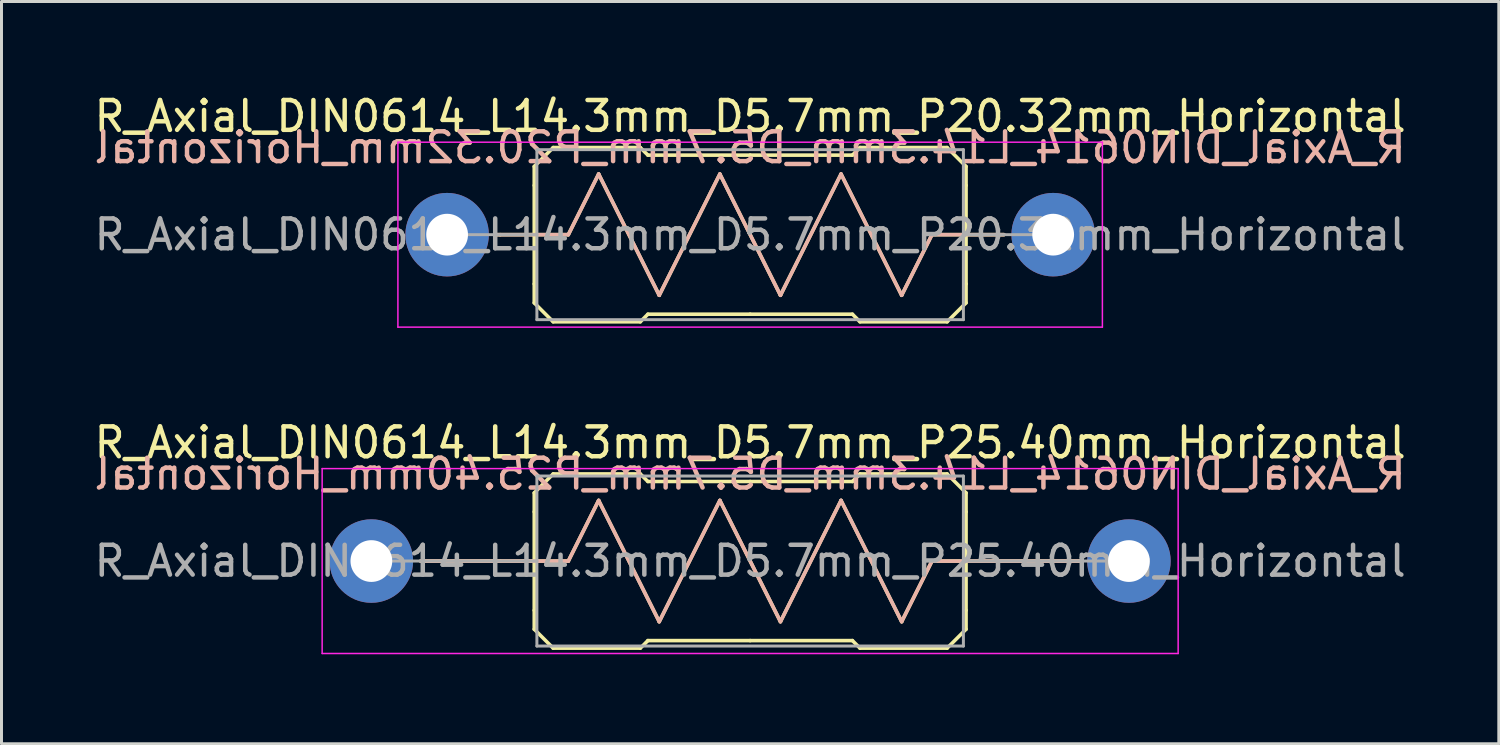
<source format=kicad_pcb>
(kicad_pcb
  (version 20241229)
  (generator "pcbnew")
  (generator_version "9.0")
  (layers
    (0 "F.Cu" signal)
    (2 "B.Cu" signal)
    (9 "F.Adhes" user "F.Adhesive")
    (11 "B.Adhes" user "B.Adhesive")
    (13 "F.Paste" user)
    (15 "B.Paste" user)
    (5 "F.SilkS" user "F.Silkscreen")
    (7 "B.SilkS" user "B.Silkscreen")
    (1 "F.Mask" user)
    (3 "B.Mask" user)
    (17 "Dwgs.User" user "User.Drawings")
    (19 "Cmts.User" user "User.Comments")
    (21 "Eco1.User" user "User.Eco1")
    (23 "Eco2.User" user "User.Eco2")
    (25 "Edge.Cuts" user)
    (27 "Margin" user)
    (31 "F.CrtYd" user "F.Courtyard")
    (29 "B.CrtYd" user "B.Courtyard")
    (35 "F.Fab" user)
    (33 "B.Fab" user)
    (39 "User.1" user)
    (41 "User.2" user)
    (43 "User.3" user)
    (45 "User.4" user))
  (footprint "R_Axial_DIN0614_L14.3mm_D5.7mm_P25.40mm_Horizontal"
    (layer "F.Cu")
    (at 9.401 15.761)
    (property "Reference" "R_Axial_DIN0614_L14.3mm_D5.7mm_P25.40mm_Horizontal" (at 12.7 -3.97 0) (layer "F.SilkS") (effects (font (size 1 1) (thickness 0.15))))
    (attr through_hole)
    (fp_line (start 4.318 0) (end 1.651 0) (stroke (width 0.12) (type solid)) (layer "F.SilkS"))
    (fp_line (start 4.318 0) (end 5.461 0) (stroke (width 0.12) (type solid)) (layer "F.SilkS"))
    (fp_line (start 5.461 -2.286) (end 5.461 -1.651) (stroke (width 0.12) (type solid)) (layer "F.SilkS"))
    (fp_line (start 5.461 -2.286) (end 6.096 -2.921) (stroke (width 0.12) (type solid)) (layer "F.SilkS"))
    (fp_line (start 5.461 0) (end 6.604 0) (stroke (width 0.12) (type solid)) (layer "F.SilkS"))
    (fp_line (start 5.461 1.651) (end 5.461 -1.651) (stroke (width 0.12) (type solid)) (layer "F.SilkS"))
    (fp_line (start 5.461 2.286) (end 5.461 1.651) (stroke (width 0.12) (type solid)) (layer "F.SilkS"))
    (fp_line (start 5.461 2.286) (end 6.096 2.921) (stroke (width 0.12) (type solid)) (layer "F.SilkS"))
    (fp_line (start 6.096 -2.921) (end 9.017 -2.921) (stroke (width 0.12) (type solid)) (layer "F.SilkS"))
    (fp_line (start 6.096 2.921) (end 9.017 2.921) (stroke (width 0.12) (type solid)) (layer "F.SilkS"))
    (fp_line (start 6.604 0) (end 7.62 -2.032) (stroke (width 0.12) (type solid)) (layer "F.SilkS"))
    (fp_line (start 7.62 -2.032) (end 9.652 2.032) (stroke (width 0.12) (type solid)) (layer "F.SilkS"))
    (fp_line (start 9.017 -2.921) (end 9.271 -2.667) (stroke (width 0.12) (type solid)) (layer "F.SilkS"))
    (fp_line (start 9.017 2.921) (end 9.271 2.667) (stroke (width 0.12) (type solid)) (layer "F.SilkS"))
    (fp_line (start 9.271 -2.667) (end 12.7 -2.667) (stroke (width 0.12) (type solid)) (layer "F.SilkS"))
    (fp_line (start 9.271 2.667) (end 12.7 2.667) (stroke (width 0.12) (type solid)) (layer "F.SilkS"))
    (fp_line (start 9.652 2.032) (end 11.684 -2.032) (stroke (width 0.12) (type solid)) (layer "F.SilkS"))
    (fp_line (start 11.684 -2.032) (end 13.716 2.032) (stroke (width 0.12) (type solid)) (layer "F.SilkS"))
    (fp_line (start 13.716 2.032) (end 15.748 -2.032) (stroke (width 0.12) (type solid)) (layer "F.SilkS"))
    (fp_line (start 15.748 -2.032) (end 17.78 2.032) (stroke (width 0.12) (type solid)) (layer "F.SilkS"))
    (fp_line (start 16.129 -2.667) (end 12.7 -2.667) (stroke (width 0.12) (type solid)) (layer "F.SilkS"))
    (fp_line (start 16.129 2.667) (end 12.7 2.667) (stroke (width 0.12) (type solid)) (layer "F.SilkS"))
    (fp_line (start 16.383 -2.921) (end 16.129 -2.667) (stroke (width 0.12) (type solid)) (layer "F.SilkS"))
    (fp_line (start 16.383 2.921) (end 16.129 2.667) (stroke (width 0.12) (type solid)) (layer "F.SilkS"))
    (fp_line (start 17.78 2.032) (end 18.796 0) (stroke (width 0.12) (type solid)) (layer "F.SilkS"))
    (fp_line (start 19.304 -2.921) (end 16.383 -2.921) (stroke (width 0.12) (type solid)) (layer "F.SilkS"))
    (fp_line (start 19.304 2.921) (end 16.383 2.921) (stroke (width 0.12) (type solid)) (layer "F.SilkS"))
    (fp_line (start 19.939 -2.286) (end 19.304 -2.921) (stroke (width 0.12) (type solid)) (layer "F.SilkS"))
    (fp_line (start 19.939 -2.286) (end 19.939 -1.651) (stroke (width 0.12) (type solid)) (layer "F.SilkS"))
    (fp_line (start 19.939 0) (end 18.796 0) (stroke (width 0.12) (type solid)) (layer "F.SilkS"))
    (fp_line (start 19.939 0) (end 23.749 0) (stroke (width 0.12) (type solid)) (layer "F.SilkS"))
    (fp_line (start 19.939 1.651) (end 19.939 -1.651) (stroke (width 0.12) (type solid)) (layer "F.SilkS"))
    (fp_line (start 19.939 2.286) (end 19.304 2.921) (stroke (width 0.12) (type solid)) (layer "F.SilkS"))
    (fp_line (start 19.939 2.286) (end 19.939 1.651) (stroke (width 0.12) (type solid)) (layer "F.SilkS"))
    (fp_line (start 1.651 0) (end 6.604 0) (stroke (width 0.12) (type solid)) (layer "B.SilkS"))
    (fp_line (start 6.604 0) (end 7.62 -2.032) (stroke (width 0.12) (type solid)) (layer "B.SilkS"))
    (fp_line (start 7.62 -2.032) (end 9.652 2.032) (stroke (width 0.12) (type solid)) (layer "B.SilkS"))
    (fp_line (start 9.652 2.032) (end 11.684 -2.032) (stroke (width 0.12) (type solid)) (layer "B.SilkS"))
    (fp_line (start 11.684 -2.032) (end 13.716 2.032) (stroke (width 0.12) (type solid)) (layer "B.SilkS"))
    (fp_line (start 13.716 2.032) (end 15.748 -2.032) (stroke (width 0.12) (type solid)) (layer "B.SilkS"))
    (fp_line (start 15.748 -2.032) (end 17.78 2.032) (stroke (width 0.12) (type solid)) (layer "B.SilkS"))
    (fp_line (start 17.78 2.032) (end 18.796 0) (stroke (width 0.12) (type solid)) (layer "B.SilkS"))
    (fp_line (start 18.796 0) (end 23.749 0) (stroke (width 0.12) (type solid)) (layer "B.SilkS"))
    (fp_line (start -1.65 -3.1) (end -1.65 3.1) (stroke (width 0.05) (type solid)) (layer "F.CrtYd"))
    (fp_line (start -1.65 3.1) (end 27.05 3.1) (stroke (width 0.05) (type solid)) (layer "F.CrtYd"))
    (fp_line (start 27.05 -3.1) (end -1.65 -3.1) (stroke (width 0.05) (type solid)) (layer "F.CrtYd"))
    (fp_line (start 27.05 3.1) (end 27.05 -3.1) (stroke (width 0.05) (type solid)) (layer "F.CrtYd"))
    (fp_line (start 0 0) (end 5.55 0) (stroke (width 0.1) (type solid)) (layer "F.Fab"))
    (fp_line (start 5.55 -2.85) (end 5.55 2.85) (stroke (width 0.1) (type solid)) (layer "F.Fab"))
    (fp_line (start 5.55 2.85) (end 19.85 2.85) (stroke (width 0.1) (type solid)) (layer "F.Fab"))
    (fp_line (start 19.85 -2.85) (end 5.55 -2.85) (stroke (width 0.1) (type solid)) (layer "F.Fab"))
    (fp_line (start 19.85 2.85) (end 19.85 -2.85) (stroke (width 0.1) (type solid)) (layer "F.Fab"))
    (fp_line (start 25.4 0) (end 19.85 0) (stroke (width 0.1) (type solid)) (layer "F.Fab"))
    (fp_text user "${REFERENCE}" (at 12.7 -2.921 0) (unlocked yes) (layer "B.SilkS") (effects (font (size 1 1) (thickness 0.15)) (justify mirror)))
    (fp_text user "${REFERENCE}" (at 12.7 0 0) (layer "F.Fab") (effects (font (size 1 1) (thickness 0.15))))
    (pad "1" thru_hole circle (at 0 0) (size 2.8 2.8) (drill 1.4) (layers "*.Cu" "*.Mask"))
    (pad "2" thru_hole oval (at 25.4 0) (size 2.8 2.8) (drill 1.4) (layers "*.Cu" "*.Mask")))
  (footprint "R_Axial_DIN0614_L14.3mm_D5.7mm_P20.32mm_Horizontal"
    (layer "F.Cu")
    (at 11.941 4.818)
    (property "Reference" "R_Axial_DIN0614_L14.3mm_D5.7mm_P20.32mm_Horizontal" (at 10.16 -3.97 0) (layer "F.SilkS") (effects (font (size 1 1) (thickness 0.15))))
    (attr through_hole)
    (fp_line (start 1.778 0) (end 1.651 0) (stroke (width 0.12) (type solid)) (layer "F.SilkS"))
    (fp_line (start 1.778 0) (end 2.921 0) (stroke (width 0.12) (type solid)) (layer "F.SilkS"))
    (fp_line (start 2.921 -2.286) (end 2.921 -1.651) (stroke (width 0.12) (type solid)) (layer "F.SilkS"))
    (fp_line (start 2.921 -2.286) (end 3.556 -2.921) (stroke (width 0.12) (type solid)) (layer "F.SilkS"))
    (fp_line (start 2.921 0) (end 4.064 0) (stroke (width 0.12) (type solid)) (layer "F.SilkS"))
    (fp_line (start 2.921 1.651) (end 2.921 -1.651) (stroke (width 0.12) (type solid)) (layer "F.SilkS"))
    (fp_line (start 2.921 2.286) (end 2.921 1.651) (stroke (width 0.12) (type solid)) (layer "F.SilkS"))
    (fp_line (start 2.921 2.286) (end 3.556 2.921) (stroke (width 0.12) (type solid)) (layer "F.SilkS"))
    (fp_line (start 3.556 -2.921) (end 6.477 -2.921) (stroke (width 0.12) (type solid)) (layer "F.SilkS"))
    (fp_line (start 3.556 2.921) (end 6.477 2.921) (stroke (width 0.12) (type solid)) (layer "F.SilkS"))
    (fp_line (start 4.064 0) (end 5.08 -2.032) (stroke (width 0.12) (type solid)) (layer "F.SilkS"))
    (fp_line (start 5.08 -2.032) (end 7.112 2.032) (stroke (width 0.12) (type solid)) (layer "F.SilkS"))
    (fp_line (start 6.477 -2.921) (end 6.731 -2.667) (stroke (width 0.12) (type solid)) (layer "F.SilkS"))
    (fp_line (start 6.477 2.921) (end 6.731 2.667) (stroke (width 0.12) (type solid)) (layer "F.SilkS"))
    (fp_line (start 6.731 -2.667) (end 10.16 -2.667) (stroke (width 0.12) (type solid)) (layer "F.SilkS"))
    (fp_line (start 6.731 2.667) (end 10.16 2.667) (stroke (width 0.12) (type solid)) (layer "F.SilkS"))
    (fp_line (start 7.112 2.032) (end 9.144 -2.032) (stroke (width 0.12) (type solid)) (layer "F.SilkS"))
    (fp_line (start 9.144 -2.032) (end 11.176 2.032) (stroke (width 0.12) (type solid)) (layer "F.SilkS"))
    (fp_line (start 11.176 2.032) (end 13.208 -2.032) (stroke (width 0.12) (type solid)) (layer "F.SilkS"))
    (fp_line (start 13.208 -2.032) (end 15.24 2.032) (stroke (width 0.12) (type solid)) (layer "F.SilkS"))
    (fp_line (start 13.589 -2.667) (end 10.16 -2.667) (stroke (width 0.12) (type solid)) (layer "F.SilkS"))
    (fp_line (start 13.589 2.667) (end 10.16 2.667) (stroke (width 0.12) (type solid)) (layer "F.SilkS"))
    (fp_line (start 13.843 -2.921) (end 13.589 -2.667) (stroke (width 0.12) (type solid)) (layer "F.SilkS"))
    (fp_line (start 13.843 2.921) (end 13.589 2.667) (stroke (width 0.12) (type solid)) (layer "F.SilkS"))
    (fp_line (start 15.24 2.032) (end 16.256 0) (stroke (width 0.12) (type solid)) (layer "F.SilkS"))
    (fp_line (start 16.764 -2.921) (end 13.843 -2.921) (stroke (width 0.12) (type solid)) (layer "F.SilkS"))
    (fp_line (start 16.764 2.921) (end 13.843 2.921) (stroke (width 0.12) (type solid)) (layer "F.SilkS"))
    (fp_line (start 17.399 -2.286) (end 16.764 -2.921) (stroke (width 0.12) (type solid)) (layer "F.SilkS"))
    (fp_line (start 17.399 -2.286) (end 17.399 -1.651) (stroke (width 0.12) (type solid)) (layer "F.SilkS"))
    (fp_line (start 17.399 0) (end 16.256 0) (stroke (width 0.12) (type solid)) (layer "F.SilkS"))
    (fp_line (start 17.399 0) (end 18.669 0) (stroke (width 0.12) (type solid)) (layer "F.SilkS"))
    (fp_line (start 17.399 1.651) (end 17.399 -1.651) (stroke (width 0.12) (type solid)) (layer "F.SilkS"))
    (fp_line (start 17.399 2.286) (end 16.764 2.921) (stroke (width 0.12) (type solid)) (layer "F.SilkS"))
    (fp_line (start 17.399 2.286) (end 17.399 1.651) (stroke (width 0.12) (type solid)) (layer "F.SilkS"))
    (fp_line (start 1.651 0) (end 4.064 0) (stroke (width 0.12) (type solid)) (layer "B.SilkS"))
    (fp_line (start 4.064 0) (end 5.08 -2.032) (stroke (width 0.12) (type solid)) (layer "B.SilkS"))
    (fp_line (start 5.08 -2.032) (end 7.112 2.032) (stroke (width 0.12) (type solid)) (layer "B.SilkS"))
    (fp_line (start 7.112 2.032) (end 9.144 -2.032) (stroke (width 0.12) (type solid)) (layer "B.SilkS"))
    (fp_line (start 9.144 -2.032) (end 11.176 2.032) (stroke (width 0.12) (type solid)) (layer "B.SilkS"))
    (fp_line (start 11.176 2.032) (end 13.208 -2.032) (stroke (width 0.12) (type solid)) (layer "B.SilkS"))
    (fp_line (start 13.208 -2.032) (end 15.24 2.032) (stroke (width 0.12) (type solid)) (layer "B.SilkS"))
    (fp_line (start 15.24 2.032) (end 16.256 0) (stroke (width 0.12) (type solid)) (layer "B.SilkS"))
    (fp_line (start 16.256 0) (end 18.669 0) (stroke (width 0.12) (type solid)) (layer "B.SilkS"))
    (fp_line (start -1.65 -3.1) (end -1.65 3.1) (stroke (width 0.05) (type solid)) (layer "F.CrtYd"))
    (fp_line (start -1.65 3.1) (end 21.97 3.1) (stroke (width 0.05) (type solid)) (layer "F.CrtYd"))
    (fp_line (start 21.97 -3.1) (end -1.65 -3.1) (stroke (width 0.05) (type solid)) (layer "F.CrtYd"))
    (fp_line (start 21.97 3.1) (end 21.97 -3.1) (stroke (width 0.05) (type solid)) (layer "F.CrtYd"))
    (fp_line (start 0 0) (end 3.01 0) (stroke (width 0.1) (type solid)) (layer "F.Fab"))
    (fp_line (start 3.01 -2.85) (end 3.01 2.85) (stroke (width 0.1) (type solid)) (layer "F.Fab"))
    (fp_line (start 3.01 2.85) (end 17.31 2.85) (stroke (width 0.1) (type solid)) (layer "F.Fab"))
    (fp_line (start 17.31 -2.85) (end 3.01 -2.85) (stroke (width 0.1) (type solid)) (layer "F.Fab"))
    (fp_line (start 17.31 2.85) (end 17.31 -2.85) (stroke (width 0.1) (type solid)) (layer "F.Fab"))
    (fp_line (start 20.32 0) (end 17.31 0) (stroke (width 0.1) (type solid)) (layer "F.Fab"))
    (fp_text user "${REFERENCE}" (at 10.16 -2.921 0) (unlocked yes) (layer "B.SilkS") (effects (font (size 1 1) (thickness 0.15)) (justify mirror)))
    (fp_text user "${REFERENCE}" (at 10.16 0 0) (layer "F.Fab") (effects (font (size 1 1) (thickness 0.15))))
    (pad "1" thru_hole circle (at 0 0) (size 2.8 2.8) (drill 1.4) (layers "*.Cu" "*.Mask"))
    (pad "2" thru_hole oval (at 20.32 0) (size 2.8 2.8) (drill 1.4) (layers "*.Cu" "*.Mask")))
  (gr_rect
    (start -3 -3)
    (end 47.202 21.887)
    (stroke (width 0.1) (type default))
    (fill no)
    (layer "Edge.Cuts")))
</source>
